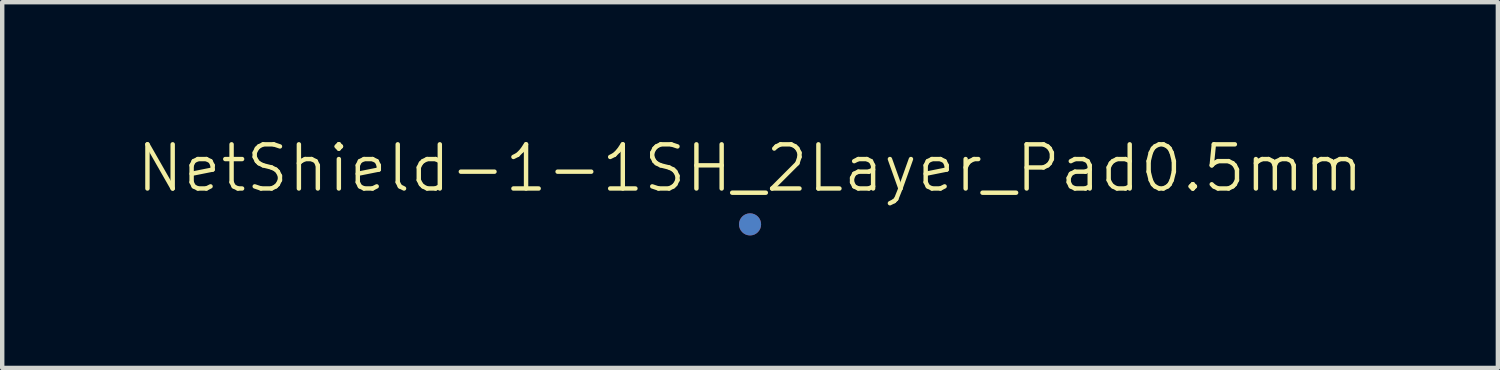
<source format=kicad_pcb>
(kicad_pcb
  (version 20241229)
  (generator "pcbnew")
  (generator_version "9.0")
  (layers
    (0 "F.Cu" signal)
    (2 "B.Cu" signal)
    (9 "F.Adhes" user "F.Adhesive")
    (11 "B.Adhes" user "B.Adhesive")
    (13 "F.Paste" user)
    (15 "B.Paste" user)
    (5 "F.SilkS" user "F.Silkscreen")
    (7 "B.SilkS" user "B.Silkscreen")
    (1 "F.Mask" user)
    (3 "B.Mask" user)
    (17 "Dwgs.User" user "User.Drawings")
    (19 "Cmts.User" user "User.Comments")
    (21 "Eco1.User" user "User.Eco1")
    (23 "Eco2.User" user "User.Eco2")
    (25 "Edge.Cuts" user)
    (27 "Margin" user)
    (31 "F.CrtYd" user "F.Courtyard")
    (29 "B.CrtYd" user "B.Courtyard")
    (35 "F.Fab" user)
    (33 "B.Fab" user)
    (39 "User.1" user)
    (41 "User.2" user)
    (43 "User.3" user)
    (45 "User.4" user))
  (footprint "NetShield-1-1SH_2Layer_Pad0.5mm"
    (layer "F.Cu")
    (at 13.931 2.03)
    (property "Reference" "NetShield-1-1SH_2Layer_Pad0.5mm" (at 0 -1.27 0) (unlocked yes) (layer "F.SilkS") (effects (font (size 1 1) (thickness 0.1))))
    (attr exclude_from_pos_files exclude_from_bom allow_missing_courtyard)
    (pad "1" smd circle (at 0 0) (size 0.5 0.5) (layers "F.Cu"))
    (pad "2" smd circle (at 0 0) (size 0.5 0.5) (layers "B.Cu")))
  (gr_rect
    (start -3 -3)
    (end 30.862 5.28)
    (stroke (width 0.1) (type default))
    (fill no)
    (layer "Edge.Cuts")))
</source>
